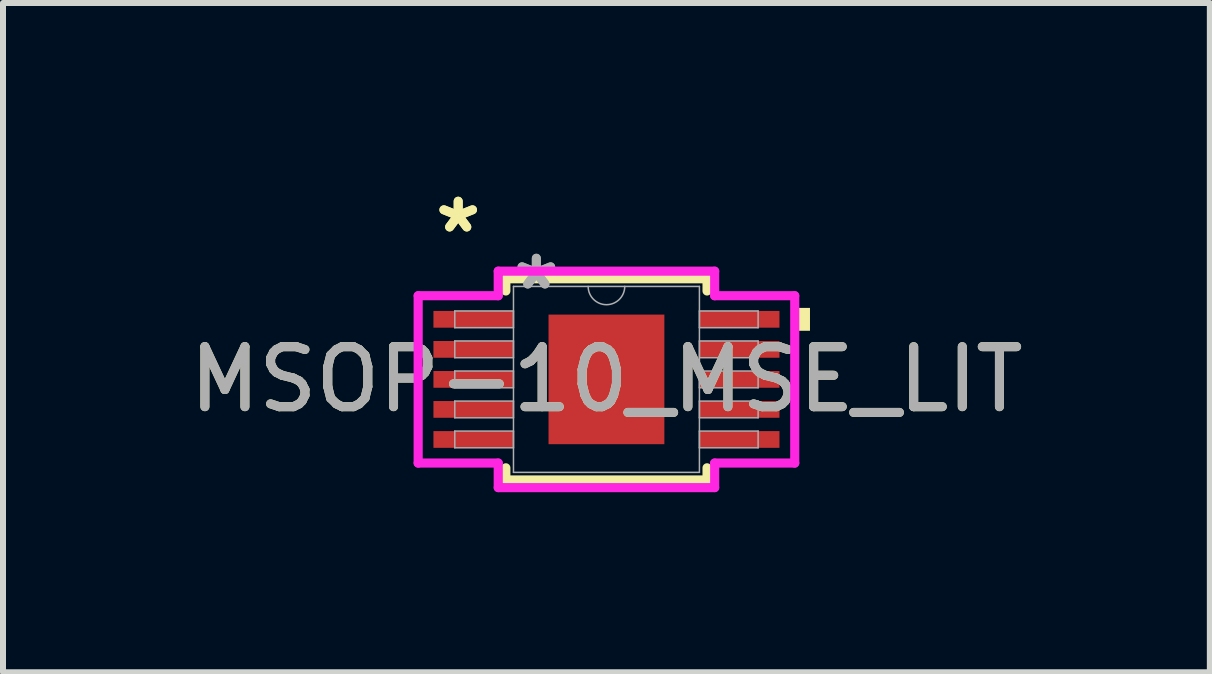
<source format=kicad_pcb>
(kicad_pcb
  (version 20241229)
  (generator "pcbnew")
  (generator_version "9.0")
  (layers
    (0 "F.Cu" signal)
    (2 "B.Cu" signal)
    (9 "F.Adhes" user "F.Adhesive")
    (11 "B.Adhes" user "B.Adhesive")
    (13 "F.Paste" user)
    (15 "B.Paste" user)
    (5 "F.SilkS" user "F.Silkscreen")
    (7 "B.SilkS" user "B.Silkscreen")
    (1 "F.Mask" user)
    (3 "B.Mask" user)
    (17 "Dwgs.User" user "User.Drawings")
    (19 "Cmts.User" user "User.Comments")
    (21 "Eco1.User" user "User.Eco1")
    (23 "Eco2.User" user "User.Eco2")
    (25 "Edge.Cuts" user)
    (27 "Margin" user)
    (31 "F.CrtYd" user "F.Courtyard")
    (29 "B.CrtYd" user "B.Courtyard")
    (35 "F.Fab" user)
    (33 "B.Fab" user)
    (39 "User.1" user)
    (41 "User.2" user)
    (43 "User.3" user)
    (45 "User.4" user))
  (footprint "MSOP-10_MSE_LIT"
    (layer "F.Cu")
    (at 7.054 3.271)
    (property "Reference" "MSOP-10_MSE_LIT" (at 0 0 0) (unlocked yes) (layer "F.SilkS") (effects (font (size 1 1) (thickness 0.15))))
    (attr smd)
    (fp_line (start -1.676 -1.676) (end -1.676 -1.473) (stroke (width 0.152) (type solid)) (layer "F.SilkS"))
    (fp_line (start -1.676 1.473) (end -1.676 1.676) (stroke (width 0.152) (type solid)) (layer "F.SilkS"))
    (fp_line (start -1.676 1.676) (end 1.676 1.676) (stroke (width 0.152) (type solid)) (layer "F.SilkS"))
    (fp_line (start 1.676 -1.676) (end -1.676 -1.676) (stroke (width 0.152) (type solid)) (layer "F.SilkS"))
    (fp_line (start 1.676 -1.473) (end 1.676 -1.676) (stroke (width 0.152) (type solid)) (layer "F.SilkS"))
    (fp_line (start 1.676 1.676) (end 1.676 1.473) (stroke (width 0.152) (type solid)) (layer "F.SilkS"))
    (fp_poly (pts (xy 3.391 -1.191) (xy 3.391 -0.81) (xy 3.137 -0.81) (xy 3.137 -1.191)) (stroke (width 0) (type solid)) (fill yes) (layer "F.SilkS"))
    (fp_line (start -3.137 -1.394) (end -1.803 -1.394) (stroke (width 0.152) (type solid)) (layer "F.CrtYd"))
    (fp_line (start -3.137 1.394) (end -3.137 -1.394) (stroke (width 0.152) (type solid)) (layer "F.CrtYd"))
    (fp_line (start -3.137 1.394) (end -1.803 1.394) (stroke (width 0.152) (type solid)) (layer "F.CrtYd"))
    (fp_line (start -1.803 -1.803) (end 1.803 -1.803) (stroke (width 0.152) (type solid)) (layer "F.CrtYd"))
    (fp_line (start -1.803 -1.394) (end -1.803 -1.803) (stroke (width 0.152) (type solid)) (layer "F.CrtYd"))
    (fp_line (start -1.803 1.803) (end -1.803 1.394) (stroke (width 0.152) (type solid)) (layer "F.CrtYd"))
    (fp_line (start 1.803 -1.803) (end 1.803 -1.394) (stroke (width 0.152) (type solid)) (layer "F.CrtYd"))
    (fp_line (start 1.803 1.394) (end 1.803 1.803) (stroke (width 0.152) (type solid)) (layer "F.CrtYd"))
    (fp_line (start 1.803 1.803) (end -1.803 1.803) (stroke (width 0.152) (type solid)) (layer "F.CrtYd"))
    (fp_line (start 3.137 -1.394) (end 1.803 -1.394) (stroke (width 0.152) (type solid)) (layer "F.CrtYd"))
    (fp_line (start 3.137 -1.394) (end 3.137 1.394) (stroke (width 0.152) (type solid)) (layer "F.CrtYd"))
    (fp_line (start 3.137 1.394) (end 1.803 1.394) (stroke (width 0.152) (type solid)) (layer "F.CrtYd"))
    (fp_line (start -2.527 -1.14) (end -2.527 -0.861) (stroke (width 0.025) (type solid)) (layer "F.Fab"))
    (fp_line (start -2.527 -0.861) (end -1.549 -0.861) (stroke (width 0.025) (type solid)) (layer "F.Fab"))
    (fp_line (start -2.527 -0.64) (end -2.527 -0.361) (stroke (width 0.025) (type solid)) (layer "F.Fab"))
    (fp_line (start -2.527 -0.361) (end -1.549 -0.361) (stroke (width 0.025) (type solid)) (layer "F.Fab"))
    (fp_line (start -2.527 -0.14) (end -2.527 0.14) (stroke (width 0.025) (type solid)) (layer "F.Fab"))
    (fp_line (start -2.527 0.14) (end -1.549 0.14) (stroke (width 0.025) (type solid)) (layer "F.Fab"))
    (fp_line (start -2.527 0.361) (end -2.527 0.64) (stroke (width 0.025) (type solid)) (layer "F.Fab"))
    (fp_line (start -2.527 0.64) (end -1.549 0.64) (stroke (width 0.025) (type solid)) (layer "F.Fab"))
    (fp_line (start -2.527 0.861) (end -2.527 1.14) (stroke (width 0.025) (type solid)) (layer "F.Fab"))
    (fp_line (start -2.527 1.14) (end -1.549 1.14) (stroke (width 0.025) (type solid)) (layer "F.Fab"))
    (fp_line (start -1.549 -1.549) (end -1.549 1.549) (stroke (width 0.025) (type solid)) (layer "F.Fab"))
    (fp_line (start -1.549 -1.14) (end -2.527 -1.14) (stroke (width 0.025) (type solid)) (layer "F.Fab"))
    (fp_line (start -1.549 -0.861) (end -1.549 -1.14) (stroke (width 0.025) (type solid)) (layer "F.Fab"))
    (fp_line (start -1.549 -0.64) (end -2.527 -0.64) (stroke (width 0.025) (type solid)) (layer "F.Fab"))
    (fp_line (start -1.549 -0.361) (end -1.549 -0.64) (stroke (width 0.025) (type solid)) (layer "F.Fab"))
    (fp_line (start -1.549 -0.14) (end -2.527 -0.14) (stroke (width 0.025) (type solid)) (layer "F.Fab"))
    (fp_line (start -1.549 0.14) (end -1.549 -0.14) (stroke (width 0.025) (type solid)) (layer "F.Fab"))
    (fp_line (start -1.549 0.361) (end -2.527 0.361) (stroke (width 0.025) (type solid)) (layer "F.Fab"))
    (fp_line (start -1.549 0.64) (end -1.549 0.361) (stroke (width 0.025) (type solid)) (layer "F.Fab"))
    (fp_line (start -1.549 0.861) (end -2.527 0.861) (stroke (width 0.025) (type solid)) (layer "F.Fab"))
    (fp_line (start -1.549 1.14) (end -1.549 0.861) (stroke (width 0.025) (type solid)) (layer "F.Fab"))
    (fp_line (start -1.549 1.549) (end 1.549 1.549) (stroke (width 0.025) (type solid)) (layer "F.Fab"))
    (fp_line (start 1.549 -1.549) (end -1.549 -1.549) (stroke (width 0.025) (type solid)) (layer "F.Fab"))
    (fp_line (start 1.549 -1.14) (end 1.549 -0.861) (stroke (width 0.025) (type solid)) (layer "F.Fab"))
    (fp_line (start 1.549 -0.861) (end 2.527 -0.861) (stroke (width 0.025) (type solid)) (layer "F.Fab"))
    (fp_line (start 1.549 -0.64) (end 1.549 -0.361) (stroke (width 0.025) (type solid)) (layer "F.Fab"))
    (fp_line (start 1.549 -0.361) (end 2.527 -0.361) (stroke (width 0.025) (type solid)) (layer "F.Fab"))
    (fp_line (start 1.549 -0.14) (end 1.549 0.14) (stroke (width 0.025) (type solid)) (layer "F.Fab"))
    (fp_line (start 1.549 0.14) (end 2.527 0.14) (stroke (width 0.025) (type solid)) (layer "F.Fab"))
    (fp_line (start 1.549 0.361) (end 1.549 0.64) (stroke (width 0.025) (type solid)) (layer "F.Fab"))
    (fp_line (start 1.549 0.64) (end 2.527 0.64) (stroke (width 0.025) (type solid)) (layer "F.Fab"))
    (fp_line (start 1.549 0.861) (end 1.549 1.14) (stroke (width 0.025) (type solid)) (layer "F.Fab"))
    (fp_line (start 1.549 1.14) (end 2.527 1.14) (stroke (width 0.025) (type solid)) (layer "F.Fab"))
    (fp_line (start 1.549 1.549) (end 1.549 -1.549) (stroke (width 0.025) (type solid)) (layer "F.Fab"))
    (fp_line (start 2.527 -1.14) (end 1.549 -1.14) (stroke (width 0.025) (type solid)) (layer "F.Fab"))
    (fp_line (start 2.527 -0.861) (end 2.527 -1.14) (stroke (width 0.025) (type solid)) (layer "F.Fab"))
    (fp_line (start 2.527 -0.64) (end 1.549 -0.64) (stroke (width 0.025) (type solid)) (layer "F.Fab"))
    (fp_line (start 2.527 -0.361) (end 2.527 -0.64) (stroke (width 0.025) (type solid)) (layer "F.Fab"))
    (fp_line (start 2.527 -0.14) (end 1.549 -0.14) (stroke (width 0.025) (type solid)) (layer "F.Fab"))
    (fp_line (start 2.527 0.14) (end 2.527 -0.14) (stroke (width 0.025) (type solid)) (layer "F.Fab"))
    (fp_line (start 2.527 0.361) (end 1.549 0.361) (stroke (width 0.025) (type solid)) (layer "F.Fab"))
    (fp_line (start 2.527 0.64) (end 2.527 0.361) (stroke (width 0.025) (type solid)) (layer "F.Fab"))
    (fp_line (start 2.527 0.861) (end 1.549 0.861) (stroke (width 0.025) (type solid)) (layer "F.Fab"))
    (fp_line (start 2.527 1.14) (end 2.527 0.861) (stroke (width 0.025) (type solid)) (layer "F.Fab"))
    (fp_arc (start 0.3048 -1.5494) (mid 0 -1.2446) (end -0.3048 -1.5494) (stroke (width 0.0254) (type solid)) (layer "F.Fab"))
    (fp_text user "*" (at -2.47 -2.423 0) (unlocked yes) (layer "F.SilkS") (effects (font (size 1 1) (thickness 0.15))))
    (fp_text user "*" (at -2.47 -2.423 0) (layer "F.SilkS") (effects (font (size 1 1) (thickness 0.15))))
    (fp_text user "${REFERENCE}" (at 0 0 0) (unlocked yes) (layer "F.Fab") (effects (font (size 1 1) (thickness 0.15))))
    (fp_text user "*" (at -1.168 -1.473 0) (unlocked yes) (layer "F.Fab") (effects (font (size 1 1) (thickness 0.15))))
    (fp_text user "*" (at -1.168 -1.473 0) (layer "F.Fab") (effects (font (size 1 1) (thickness 0.15))))
    (pad "1" smd rect (at -2.216 -1.001) (size 1.333 0.279) (layers "F.Cu" "F.Mask" "F.Paste"))
    (pad "2" smd rect (at -2.216 -0.5) (size 1.333 0.279) (layers "F.Cu" "F.Mask" "F.Paste"))
    (pad "3" smd rect (at -2.216 0) (size 1.333 0.279) (layers "F.Cu" "F.Mask" "F.Paste"))
    (pad "4" smd rect (at -2.216 0.5) (size 1.333 0.279) (layers "F.Cu" "F.Mask" "F.Paste"))
    (pad "5" smd rect (at -2.216 1.001) (size 1.333 0.279) (layers "F.Cu" "F.Mask" "F.Paste"))
    (pad "6" smd rect (at 2.216 1.001) (size 1.333 0.279) (layers "F.Cu" "F.Mask" "F.Paste"))
    (pad "7" smd rect (at 2.216 0.5) (size 1.333 0.279) (layers "F.Cu" "F.Mask" "F.Paste"))
    (pad "8" smd rect (at 2.216 0) (size 1.333 0.279) (layers "F.Cu" "F.Mask" "F.Paste"))
    (pad "9" smd rect (at 2.216 -0.5) (size 1.333 0.279) (layers "F.Cu" "F.Mask" "F.Paste"))
    (pad "10" smd rect (at 2.216 -1.001) (size 1.333 0.279) (layers "F.Cu" "F.Mask" "F.Paste"))
    (pad "EPAD" smd rect (at 0 0) (size 1.93 2.159) (layers "F.Cu" "F.Mask" "F.Paste")))
  (gr_rect
    (start -3 -3)
    (end 17.107 8.151)
    (stroke (width 0.1) (type default))
    (fill no)
    (layer "Edge.Cuts")))
</source>
